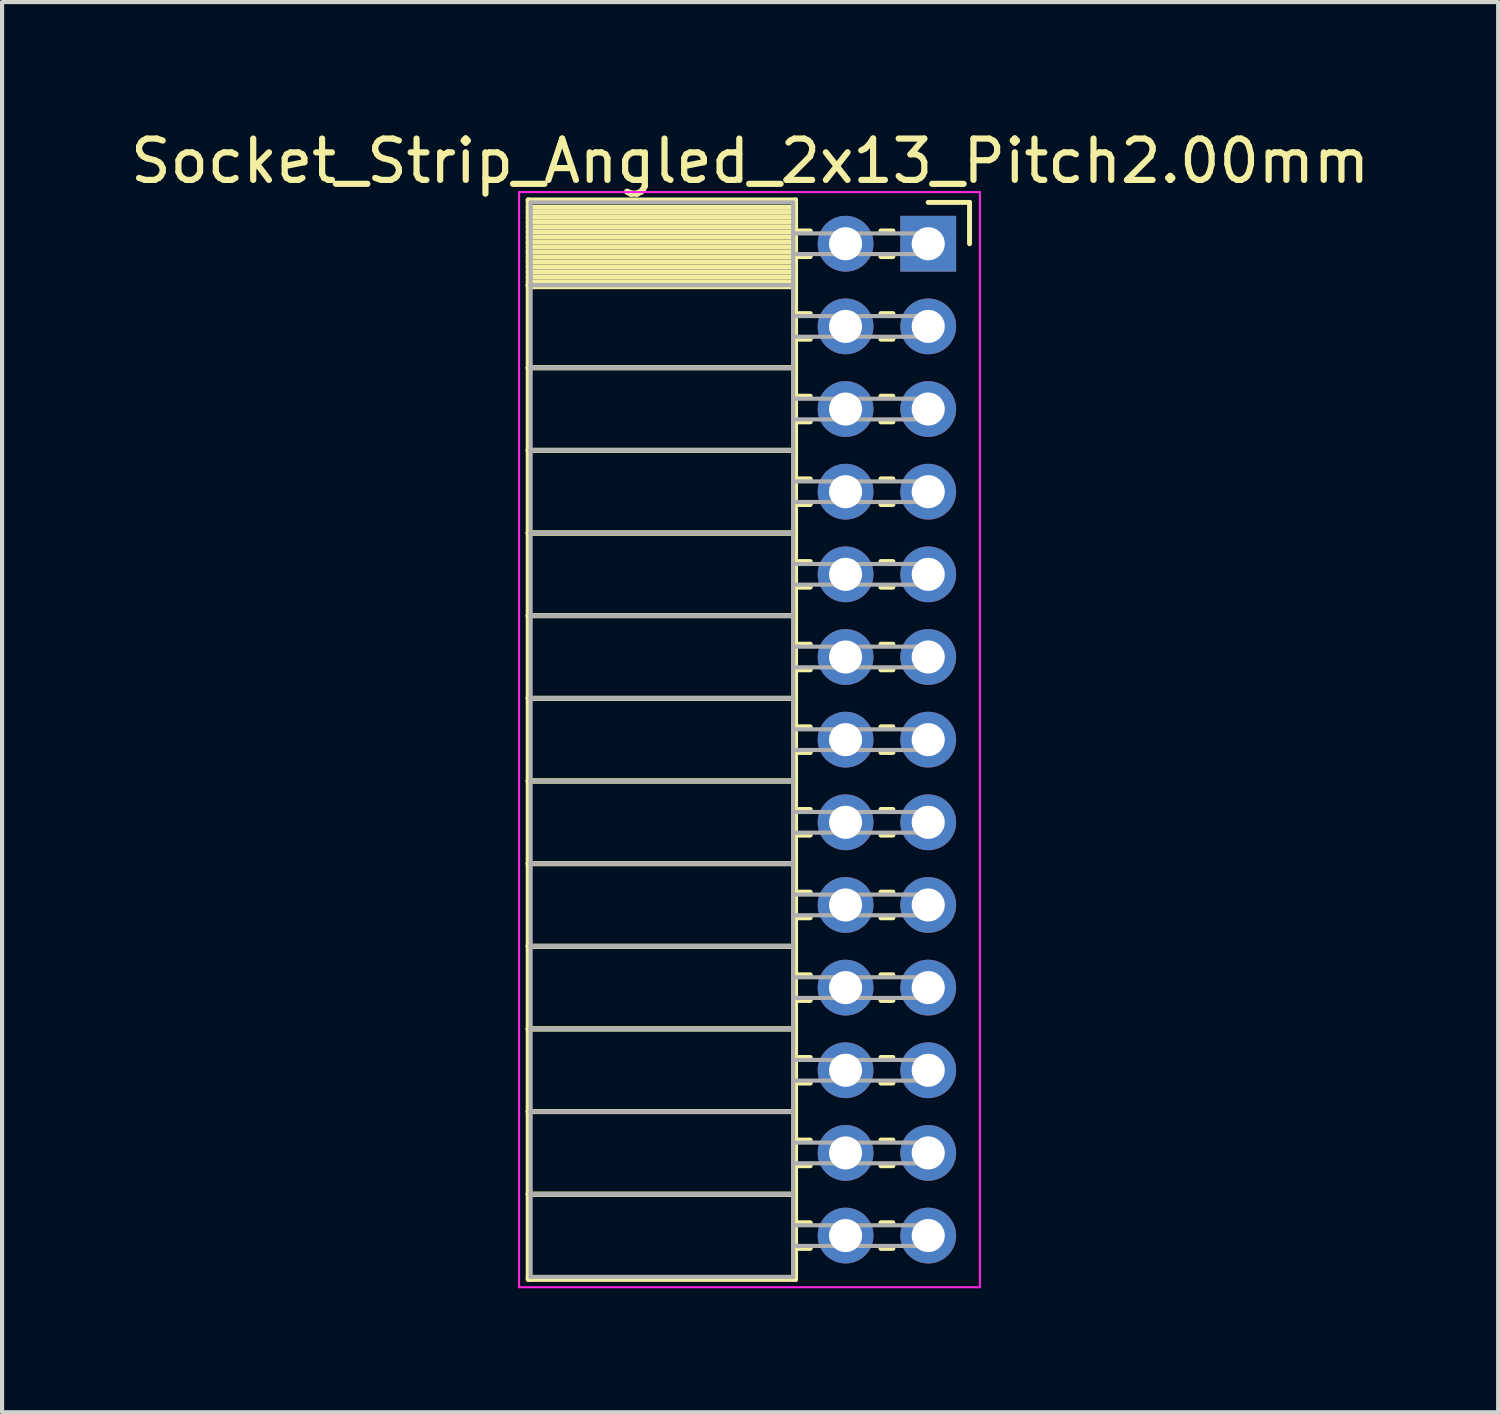
<source format=kicad_pcb>
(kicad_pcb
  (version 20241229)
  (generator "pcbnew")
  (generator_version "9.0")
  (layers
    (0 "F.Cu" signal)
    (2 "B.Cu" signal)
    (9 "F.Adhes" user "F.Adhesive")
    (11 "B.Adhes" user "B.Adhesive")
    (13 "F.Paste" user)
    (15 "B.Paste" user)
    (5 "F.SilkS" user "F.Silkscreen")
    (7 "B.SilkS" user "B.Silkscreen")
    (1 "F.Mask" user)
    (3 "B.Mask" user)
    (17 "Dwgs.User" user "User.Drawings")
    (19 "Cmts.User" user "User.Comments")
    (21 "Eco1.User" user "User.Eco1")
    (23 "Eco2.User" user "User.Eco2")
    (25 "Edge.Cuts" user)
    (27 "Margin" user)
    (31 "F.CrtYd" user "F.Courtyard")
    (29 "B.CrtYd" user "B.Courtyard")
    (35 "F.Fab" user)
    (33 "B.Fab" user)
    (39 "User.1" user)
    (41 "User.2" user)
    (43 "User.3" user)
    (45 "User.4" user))
  (footprint "Socket_Strip_Angled_2x13_Pitch2.00mm"
    (layer "F.Cu")
    (at 19.411 2.848)
    (property "Reference" "Socket_Strip_Angled_2x13_Pitch2.00mm" (at -4.31 -2 0) (layer "F.SilkS") (effects (font (size 1 1) (thickness 0.15))))
    (attr through_hole)
    (fp_line (start -9.68 -1.06) (end -3.21 -1.06) (stroke (width 0.12) (type solid)) (layer "F.SilkS"))
    (fp_line (start -9.68 1) (end -9.68 -1.06) (stroke (width 0.12) (type solid)) (layer "F.SilkS"))
    (fp_line (start -9.68 1) (end -3.21 1) (stroke (width 0.12) (type solid)) (layer "F.SilkS"))
    (fp_line (start -9.68 3) (end -9.68 1) (stroke (width 0.12) (type solid)) (layer "F.SilkS"))
    (fp_line (start -9.68 3) (end -3.21 3) (stroke (width 0.12) (type solid)) (layer "F.SilkS"))
    (fp_line (start -9.68 5) (end -9.68 3) (stroke (width 0.12) (type solid)) (layer "F.SilkS"))
    (fp_line (start -9.68 5) (end -3.21 5) (stroke (width 0.12) (type solid)) (layer "F.SilkS"))
    (fp_line (start -9.68 7) (end -9.68 5) (stroke (width 0.12) (type solid)) (layer "F.SilkS"))
    (fp_line (start -9.68 7) (end -3.21 7) (stroke (width 0.12) (type solid)) (layer "F.SilkS"))
    (fp_line (start -9.68 9) (end -9.68 7) (stroke (width 0.12) (type solid)) (layer "F.SilkS"))
    (fp_line (start -9.68 9) (end -3.21 9) (stroke (width 0.12) (type solid)) (layer "F.SilkS"))
    (fp_line (start -9.68 11) (end -9.68 9) (stroke (width 0.12) (type solid)) (layer "F.SilkS"))
    (fp_line (start -9.68 11) (end -3.21 11) (stroke (width 0.12) (type solid)) (layer "F.SilkS"))
    (fp_line (start -9.68 13) (end -9.68 11) (stroke (width 0.12) (type solid)) (layer "F.SilkS"))
    (fp_line (start -9.68 13) (end -3.21 13) (stroke (width 0.12) (type solid)) (layer "F.SilkS"))
    (fp_line (start -9.68 15) (end -9.68 13) (stroke (width 0.12) (type solid)) (layer "F.SilkS"))
    (fp_line (start -9.68 15) (end -3.21 15) (stroke (width 0.12) (type solid)) (layer "F.SilkS"))
    (fp_line (start -9.68 17) (end -9.68 15) (stroke (width 0.12) (type solid)) (layer "F.SilkS"))
    (fp_line (start -9.68 17) (end -3.21 17) (stroke (width 0.12) (type solid)) (layer "F.SilkS"))
    (fp_line (start -9.68 19) (end -9.68 17) (stroke (width 0.12) (type solid)) (layer "F.SilkS"))
    (fp_line (start -9.68 19) (end -3.21 19) (stroke (width 0.12) (type solid)) (layer "F.SilkS"))
    (fp_line (start -9.68 21) (end -9.68 19) (stroke (width 0.12) (type solid)) (layer "F.SilkS"))
    (fp_line (start -9.68 21) (end -3.21 21) (stroke (width 0.12) (type solid)) (layer "F.SilkS"))
    (fp_line (start -9.68 23) (end -9.68 21) (stroke (width 0.12) (type solid)) (layer "F.SilkS"))
    (fp_line (start -9.68 23) (end -3.21 23) (stroke (width 0.12) (type solid)) (layer "F.SilkS"))
    (fp_line (start -9.68 25.06) (end -9.68 23) (stroke (width 0.12) (type solid)) (layer "F.SilkS"))
    (fp_line (start -3.21 -1.06) (end -3.21 1) (stroke (width 0.12) (type solid)) (layer "F.SilkS"))
    (fp_line (start -3.21 -0.88) (end -9.68 -0.88) (stroke (width 0.12) (type solid)) (layer "F.SilkS"))
    (fp_line (start -3.21 -0.76) (end -9.68 -0.76) (stroke (width 0.12) (type solid)) (layer "F.SilkS"))
    (fp_line (start -3.21 -0.64) (end -9.68 -0.64) (stroke (width 0.12) (type solid)) (layer "F.SilkS"))
    (fp_line (start -3.21 -0.52) (end -9.68 -0.52) (stroke (width 0.12) (type solid)) (layer "F.SilkS"))
    (fp_line (start -3.21 -0.4) (end -9.68 -0.4) (stroke (width 0.12) (type solid)) (layer "F.SilkS"))
    (fp_line (start -3.21 -0.28) (end -9.68 -0.28) (stroke (width 0.12) (type solid)) (layer "F.SilkS"))
    (fp_line (start -3.21 -0.16) (end -9.68 -0.16) (stroke (width 0.12) (type solid)) (layer "F.SilkS"))
    (fp_line (start -3.21 -0.04) (end -9.68 -0.04) (stroke (width 0.12) (type solid)) (layer "F.SilkS"))
    (fp_line (start -3.21 0.08) (end -9.68 0.08) (stroke (width 0.12) (type solid)) (layer "F.SilkS"))
    (fp_line (start -3.21 0.2) (end -9.68 0.2) (stroke (width 0.12) (type solid)) (layer "F.SilkS"))
    (fp_line (start -3.21 0.32) (end -9.68 0.32) (stroke (width 0.12) (type solid)) (layer "F.SilkS"))
    (fp_line (start -3.21 0.44) (end -9.68 0.44) (stroke (width 0.12) (type solid)) (layer "F.SilkS"))
    (fp_line (start -3.21 0.56) (end -9.68 0.56) (stroke (width 0.12) (type solid)) (layer "F.SilkS"))
    (fp_line (start -3.21 0.68) (end -9.68 0.68) (stroke (width 0.12) (type solid)) (layer "F.SilkS"))
    (fp_line (start -3.21 0.8) (end -9.68 0.8) (stroke (width 0.12) (type solid)) (layer "F.SilkS"))
    (fp_line (start -3.21 0.92) (end -9.68 0.92) (stroke (width 0.12) (type solid)) (layer "F.SilkS"))
    (fp_line (start -3.21 1) (end -9.68 1) (stroke (width 0.12) (type solid)) (layer "F.SilkS"))
    (fp_line (start -3.21 1) (end -3.21 3) (stroke (width 0.12) (type solid)) (layer "F.SilkS"))
    (fp_line (start -3.21 1.04) (end -9.68 1.04) (stroke (width 0.12) (type solid)) (layer "F.SilkS"))
    (fp_line (start -3.21 3) (end -9.68 3) (stroke (width 0.12) (type solid)) (layer "F.SilkS"))
    (fp_line (start -3.21 3) (end -3.21 5) (stroke (width 0.12) (type solid)) (layer "F.SilkS"))
    (fp_line (start -3.21 5) (end -9.68 5) (stroke (width 0.12) (type solid)) (layer "F.SilkS"))
    (fp_line (start -3.21 5) (end -3.21 7) (stroke (width 0.12) (type solid)) (layer "F.SilkS"))
    (fp_line (start -3.21 7) (end -9.68 7) (stroke (width 0.12) (type solid)) (layer "F.SilkS"))
    (fp_line (start -3.21 7) (end -3.21 9) (stroke (width 0.12) (type solid)) (layer "F.SilkS"))
    (fp_line (start -3.21 9) (end -9.68 9) (stroke (width 0.12) (type solid)) (layer "F.SilkS"))
    (fp_line (start -3.21 9) (end -3.21 11) (stroke (width 0.12) (type solid)) (layer "F.SilkS"))
    (fp_line (start -3.21 11) (end -9.68 11) (stroke (width 0.12) (type solid)) (layer "F.SilkS"))
    (fp_line (start -3.21 11) (end -3.21 13) (stroke (width 0.12) (type solid)) (layer "F.SilkS"))
    (fp_line (start -3.21 13) (end -9.68 13) (stroke (width 0.12) (type solid)) (layer "F.SilkS"))
    (fp_line (start -3.21 13) (end -3.21 15) (stroke (width 0.12) (type solid)) (layer "F.SilkS"))
    (fp_line (start -3.21 15) (end -9.68 15) (stroke (width 0.12) (type solid)) (layer "F.SilkS"))
    (fp_line (start -3.21 15) (end -3.21 17) (stroke (width 0.12) (type solid)) (layer "F.SilkS"))
    (fp_line (start -3.21 17) (end -9.68 17) (stroke (width 0.12) (type solid)) (layer "F.SilkS"))
    (fp_line (start -3.21 17) (end -3.21 19) (stroke (width 0.12) (type solid)) (layer "F.SilkS"))
    (fp_line (start -3.21 19) (end -9.68 19) (stroke (width 0.12) (type solid)) (layer "F.SilkS"))
    (fp_line (start -3.21 19) (end -3.21 21) (stroke (width 0.12) (type solid)) (layer "F.SilkS"))
    (fp_line (start -3.21 21) (end -9.68 21) (stroke (width 0.12) (type solid)) (layer "F.SilkS"))
    (fp_line (start -3.21 21) (end -3.21 23) (stroke (width 0.12) (type solid)) (layer "F.SilkS"))
    (fp_line (start -3.21 23) (end -9.68 23) (stroke (width 0.12) (type solid)) (layer "F.SilkS"))
    (fp_line (start -3.21 23) (end -3.21 25.06) (stroke (width 0.12) (type solid)) (layer "F.SilkS"))
    (fp_line (start -3.21 25.06) (end -9.68 25.06) (stroke (width 0.12) (type solid)) (layer "F.SilkS"))
    (fp_line (start -2.855 -0.31) (end -3.21 -0.31) (stroke (width 0.12) (type solid)) (layer "F.SilkS"))
    (fp_line (start -2.855 0.31) (end -3.21 0.31) (stroke (width 0.12) (type solid)) (layer "F.SilkS"))
    (fp_line (start -2.855 1.69) (end -3.21 1.69) (stroke (width 0.12) (type solid)) (layer "F.SilkS"))
    (fp_line (start -2.855 2.31) (end -3.21 2.31) (stroke (width 0.12) (type solid)) (layer "F.SilkS"))
    (fp_line (start -2.855 3.69) (end -3.21 3.69) (stroke (width 0.12) (type solid)) (layer "F.SilkS"))
    (fp_line (start -2.855 4.31) (end -3.21 4.31) (stroke (width 0.12) (type solid)) (layer "F.SilkS"))
    (fp_line (start -2.855 5.69) (end -3.21 5.69) (stroke (width 0.12) (type solid)) (layer "F.SilkS"))
    (fp_line (start -2.855 6.31) (end -3.21 6.31) (stroke (width 0.12) (type solid)) (layer "F.SilkS"))
    (fp_line (start -2.855 7.69) (end -3.21 7.69) (stroke (width 0.12) (type solid)) (layer "F.SilkS"))
    (fp_line (start -2.855 8.31) (end -3.21 8.31) (stroke (width 0.12) (type solid)) (layer "F.SilkS"))
    (fp_line (start -2.855 9.69) (end -3.21 9.69) (stroke (width 0.12) (type solid)) (layer "F.SilkS"))
    (fp_line (start -2.855 10.31) (end -3.21 10.31) (stroke (width 0.12) (type solid)) (layer "F.SilkS"))
    (fp_line (start -2.855 11.69) (end -3.21 11.69) (stroke (width 0.12) (type solid)) (layer "F.SilkS"))
    (fp_line (start -2.855 12.31) (end -3.21 12.31) (stroke (width 0.12) (type solid)) (layer "F.SilkS"))
    (fp_line (start -2.855 13.69) (end -3.21 13.69) (stroke (width 0.12) (type solid)) (layer "F.SilkS"))
    (fp_line (start -2.855 14.31) (end -3.21 14.31) (stroke (width 0.12) (type solid)) (layer "F.SilkS"))
    (fp_line (start -2.855 15.69) (end -3.21 15.69) (stroke (width 0.12) (type solid)) (layer "F.SilkS"))
    (fp_line (start -2.855 16.31) (end -3.21 16.31) (stroke (width 0.12) (type solid)) (layer "F.SilkS"))
    (fp_line (start -2.855 17.69) (end -3.21 17.69) (stroke (width 0.12) (type solid)) (layer "F.SilkS"))
    (fp_line (start -2.855 18.31) (end -3.21 18.31) (stroke (width 0.12) (type solid)) (layer "F.SilkS"))
    (fp_line (start -2.855 19.69) (end -3.21 19.69) (stroke (width 0.12) (type solid)) (layer "F.SilkS"))
    (fp_line (start -2.855 20.31) (end -3.21 20.31) (stroke (width 0.12) (type solid)) (layer "F.SilkS"))
    (fp_line (start -2.855 21.69) (end -3.21 21.69) (stroke (width 0.12) (type solid)) (layer "F.SilkS"))
    (fp_line (start -2.855 22.31) (end -3.21 22.31) (stroke (width 0.12) (type solid)) (layer "F.SilkS"))
    (fp_line (start -2.855 23.69) (end -3.21 23.69) (stroke (width 0.12) (type solid)) (layer "F.SilkS"))
    (fp_line (start -2.855 24.31) (end -3.21 24.31) (stroke (width 0.12) (type solid)) (layer "F.SilkS"))
    (fp_line (start -0.855 -0.31) (end -1.145 -0.31) (stroke (width 0.12) (type solid)) (layer "F.SilkS"))
    (fp_line (start -0.855 0.31) (end -1.145 0.31) (stroke (width 0.12) (type solid)) (layer "F.SilkS"))
    (fp_line (start -0.855 1.69) (end -1.145 1.69) (stroke (width 0.12) (type solid)) (layer "F.SilkS"))
    (fp_line (start -0.855 2.31) (end -1.145 2.31) (stroke (width 0.12) (type solid)) (layer "F.SilkS"))
    (fp_line (start -0.855 3.69) (end -1.145 3.69) (stroke (width 0.12) (type solid)) (layer "F.SilkS"))
    (fp_line (start -0.855 4.31) (end -1.145 4.31) (stroke (width 0.12) (type solid)) (layer "F.SilkS"))
    (fp_line (start -0.855 5.69) (end -1.145 5.69) (stroke (width 0.12) (type solid)) (layer "F.SilkS"))
    (fp_line (start -0.855 6.31) (end -1.145 6.31) (stroke (width 0.12) (type solid)) (layer "F.SilkS"))
    (fp_line (start -0.855 7.69) (end -1.145 7.69) (stroke (width 0.12) (type solid)) (layer "F.SilkS"))
    (fp_line (start -0.855 8.31) (end -1.145 8.31) (stroke (width 0.12) (type solid)) (layer "F.SilkS"))
    (fp_line (start -0.855 9.69) (end -1.145 9.69) (stroke (width 0.12) (type solid)) (layer "F.SilkS"))
    (fp_line (start -0.855 10.31) (end -1.145 10.31) (stroke (width 0.12) (type solid)) (layer "F.SilkS"))
    (fp_line (start -0.855 11.69) (end -1.145 11.69) (stroke (width 0.12) (type solid)) (layer "F.SilkS"))
    (fp_line (start -0.855 12.31) (end -1.145 12.31) (stroke (width 0.12) (type solid)) (layer "F.SilkS"))
    (fp_line (start -0.855 13.69) (end -1.145 13.69) (stroke (width 0.12) (type solid)) (layer "F.SilkS"))
    (fp_line (start -0.855 14.31) (end -1.145 14.31) (stroke (width 0.12) (type solid)) (layer "F.SilkS"))
    (fp_line (start -0.855 15.69) (end -1.145 15.69) (stroke (width 0.12) (type solid)) (layer "F.SilkS"))
    (fp_line (start -0.855 16.31) (end -1.145 16.31) (stroke (width 0.12) (type solid)) (layer "F.SilkS"))
    (fp_line (start -0.855 17.69) (end -1.145 17.69) (stroke (width 0.12) (type solid)) (layer "F.SilkS"))
    (fp_line (start -0.855 18.31) (end -1.145 18.31) (stroke (width 0.12) (type solid)) (layer "F.SilkS"))
    (fp_line (start -0.855 19.69) (end -1.145 19.69) (stroke (width 0.12) (type solid)) (layer "F.SilkS"))
    (fp_line (start -0.855 20.31) (end -1.145 20.31) (stroke (width 0.12) (type solid)) (layer "F.SilkS"))
    (fp_line (start -0.855 21.69) (end -1.145 21.69) (stroke (width 0.12) (type solid)) (layer "F.SilkS"))
    (fp_line (start -0.855 22.31) (end -1.145 22.31) (stroke (width 0.12) (type solid)) (layer "F.SilkS"))
    (fp_line (start -0.855 23.69) (end -1.145 23.69) (stroke (width 0.12) (type solid)) (layer "F.SilkS"))
    (fp_line (start -0.855 24.31) (end -1.145 24.31) (stroke (width 0.12) (type solid)) (layer "F.SilkS"))
    (fp_line (start 0 -1) (end 1 -1) (stroke (width 0.12) (type solid)) (layer "F.SilkS"))
    (fp_line (start 1 -1) (end 1 0) (stroke (width 0.12) (type solid)) (layer "F.SilkS"))
    (fp_line (start -9.9 -1.25) (end 1.25 -1.25) (stroke (width 0.05) (type solid)) (layer "F.CrtYd"))
    (fp_line (start -9.9 25.25) (end -9.9 -1.25) (stroke (width 0.05) (type solid)) (layer "F.CrtYd"))
    (fp_line (start 1.25 -1.25) (end 1.25 25.25) (stroke (width 0.05) (type solid)) (layer "F.CrtYd"))
    (fp_line (start 1.25 25.25) (end -9.9 25.25) (stroke (width 0.05) (type solid)) (layer "F.CrtYd"))
    (fp_line (start -9.62 -1) (end -3.27 -1) (stroke (width 0.1) (type solid)) (layer "F.Fab"))
    (fp_line (start -9.62 1) (end -9.62 -1) (stroke (width 0.1) (type solid)) (layer "F.Fab"))
    (fp_line (start -9.62 1) (end -3.27 1) (stroke (width 0.1) (type solid)) (layer "F.Fab"))
    (fp_line (start -9.62 3) (end -9.62 1) (stroke (width 0.1) (type solid)) (layer "F.Fab"))
    (fp_line (start -9.62 3) (end -3.27 3) (stroke (width 0.1) (type solid)) (layer "F.Fab"))
    (fp_line (start -9.62 5) (end -9.62 3) (stroke (width 0.1) (type solid)) (layer "F.Fab"))
    (fp_line (start -9.62 5) (end -3.27 5) (stroke (width 0.1) (type solid)) (layer "F.Fab"))
    (fp_line (start -9.62 7) (end -9.62 5) (stroke (width 0.1) (type solid)) (layer "F.Fab"))
    (fp_line (start -9.62 7) (end -3.27 7) (stroke (width 0.1) (type solid)) (layer "F.Fab"))
    (fp_line (start -9.62 9) (end -9.62 7) (stroke (width 0.1) (type solid)) (layer "F.Fab"))
    (fp_line (start -9.62 9) (end -3.27 9) (stroke (width 0.1) (type solid)) (layer "F.Fab"))
    (fp_line (start -9.62 11) (end -9.62 9) (stroke (width 0.1) (type solid)) (layer "F.Fab"))
    (fp_line (start -9.62 11) (end -3.27 11) (stroke (width 0.1) (type solid)) (layer "F.Fab"))
    (fp_line (start -9.62 13) (end -9.62 11) (stroke (width 0.1) (type solid)) (layer "F.Fab"))
    (fp_line (start -9.62 13) (end -3.27 13) (stroke (width 0.1) (type solid)) (layer "F.Fab"))
    (fp_line (start -9.62 15) (end -9.62 13) (stroke (width 0.1) (type solid)) (layer "F.Fab"))
    (fp_line (start -9.62 15) (end -3.27 15) (stroke (width 0.1) (type solid)) (layer "F.Fab"))
    (fp_line (start -9.62 17) (end -9.62 15) (stroke (width 0.1) (type solid)) (layer "F.Fab"))
    (fp_line (start -9.62 17) (end -3.27 17) (stroke (width 0.1) (type solid)) (layer "F.Fab"))
    (fp_line (start -9.62 19) (end -9.62 17) (stroke (width 0.1) (type solid)) (layer "F.Fab"))
    (fp_line (start -9.62 19) (end -3.27 19) (stroke (width 0.1) (type solid)) (layer "F.Fab"))
    (fp_line (start -9.62 21) (end -9.62 19) (stroke (width 0.1) (type solid)) (layer "F.Fab"))
    (fp_line (start -9.62 21) (end -3.27 21) (stroke (width 0.1) (type solid)) (layer "F.Fab"))
    (fp_line (start -9.62 23) (end -9.62 21) (stroke (width 0.1) (type solid)) (layer "F.Fab"))
    (fp_line (start -9.62 23) (end -3.27 23) (stroke (width 0.1) (type solid)) (layer "F.Fab"))
    (fp_line (start -9.62 25) (end -9.62 23) (stroke (width 0.1) (type solid)) (layer "F.Fab"))
    (fp_line (start -3.27 -1) (end -3.27 1) (stroke (width 0.1) (type solid)) (layer "F.Fab"))
    (fp_line (start -3.27 -0.25) (end 0 -0.25) (stroke (width 0.1) (type solid)) (layer "F.Fab"))
    (fp_line (start -3.27 0.25) (end -3.27 -0.25) (stroke (width 0.1) (type solid)) (layer "F.Fab"))
    (fp_line (start -3.27 1) (end -9.62 1) (stroke (width 0.1) (type solid)) (layer "F.Fab"))
    (fp_line (start -3.27 1) (end -3.27 3) (stroke (width 0.1) (type solid)) (layer "F.Fab"))
    (fp_line (start -3.27 1.75) (end 0 1.75) (stroke (width 0.1) (type solid)) (layer "F.Fab"))
    (fp_line (start -3.27 2.25) (end -3.27 1.75) (stroke (width 0.1) (type solid)) (layer "F.Fab"))
    (fp_line (start -3.27 3) (end -9.62 3) (stroke (width 0.1) (type solid)) (layer "F.Fab"))
    (fp_line (start -3.27 3) (end -3.27 5) (stroke (width 0.1) (type solid)) (layer "F.Fab"))
    (fp_line (start -3.27 3.75) (end 0 3.75) (stroke (width 0.1) (type solid)) (layer "F.Fab"))
    (fp_line (start -3.27 4.25) (end -3.27 3.75) (stroke (width 0.1) (type solid)) (layer "F.Fab"))
    (fp_line (start -3.27 5) (end -9.62 5) (stroke (width 0.1) (type solid)) (layer "F.Fab"))
    (fp_line (start -3.27 5) (end -3.27 7) (stroke (width 0.1) (type solid)) (layer "F.Fab"))
    (fp_line (start -3.27 5.75) (end 0 5.75) (stroke (width 0.1) (type solid)) (layer "F.Fab"))
    (fp_line (start -3.27 6.25) (end -3.27 5.75) (stroke (width 0.1) (type solid)) (layer "F.Fab"))
    (fp_line (start -3.27 7) (end -9.62 7) (stroke (width 0.1) (type solid)) (layer "F.Fab"))
    (fp_line (start -3.27 7) (end -3.27 9) (stroke (width 0.1) (type solid)) (layer "F.Fab"))
    (fp_line (start -3.27 7.75) (end 0 7.75) (stroke (width 0.1) (type solid)) (layer "F.Fab"))
    (fp_line (start -3.27 8.25) (end -3.27 7.75) (stroke (width 0.1) (type solid)) (layer "F.Fab"))
    (fp_line (start -3.27 9) (end -9.62 9) (stroke (width 0.1) (type solid)) (layer "F.Fab"))
    (fp_line (start -3.27 9) (end -3.27 11) (stroke (width 0.1) (type solid)) (layer "F.Fab"))
    (fp_line (start -3.27 9.75) (end 0 9.75) (stroke (width 0.1) (type solid)) (layer "F.Fab"))
    (fp_line (start -3.27 10.25) (end -3.27 9.75) (stroke (width 0.1) (type solid)) (layer "F.Fab"))
    (fp_line (start -3.27 11) (end -9.62 11) (stroke (width 0.1) (type solid)) (layer "F.Fab"))
    (fp_line (start -3.27 11) (end -3.27 13) (stroke (width 0.1) (type solid)) (layer "F.Fab"))
    (fp_line (start -3.27 11.75) (end 0 11.75) (stroke (width 0.1) (type solid)) (layer "F.Fab"))
    (fp_line (start -3.27 12.25) (end -3.27 11.75) (stroke (width 0.1) (type solid)) (layer "F.Fab"))
    (fp_line (start -3.27 13) (end -9.62 13) (stroke (width 0.1) (type solid)) (layer "F.Fab"))
    (fp_line (start -3.27 13) (end -3.27 15) (stroke (width 0.1) (type solid)) (layer "F.Fab"))
    (fp_line (start -3.27 13.75) (end 0 13.75) (stroke (width 0.1) (type solid)) (layer "F.Fab"))
    (fp_line (start -3.27 14.25) (end -3.27 13.75) (stroke (width 0.1) (type solid)) (layer "F.Fab"))
    (fp_line (start -3.27 15) (end -9.62 15) (stroke (width 0.1) (type solid)) (layer "F.Fab"))
    (fp_line (start -3.27 15) (end -3.27 17) (stroke (width 0.1) (type solid)) (layer "F.Fab"))
    (fp_line (start -3.27 15.75) (end 0 15.75) (stroke (width 0.1) (type solid)) (layer "F.Fab"))
    (fp_line (start -3.27 16.25) (end -3.27 15.75) (stroke (width 0.1) (type solid)) (layer "F.Fab"))
    (fp_line (start -3.27 17) (end -9.62 17) (stroke (width 0.1) (type solid)) (layer "F.Fab"))
    (fp_line (start -3.27 17) (end -3.27 19) (stroke (width 0.1) (type solid)) (layer "F.Fab"))
    (fp_line (start -3.27 17.75) (end 0 17.75) (stroke (width 0.1) (type solid)) (layer "F.Fab"))
    (fp_line (start -3.27 18.25) (end -3.27 17.75) (stroke (width 0.1) (type solid)) (layer "F.Fab"))
    (fp_line (start -3.27 19) (end -9.62 19) (stroke (width 0.1) (type solid)) (layer "F.Fab"))
    (fp_line (start -3.27 19) (end -3.27 21) (stroke (width 0.1) (type solid)) (layer "F.Fab"))
    (fp_line (start -3.27 19.75) (end 0 19.75) (stroke (width 0.1) (type solid)) (layer "F.Fab"))
    (fp_line (start -3.27 20.25) (end -3.27 19.75) (stroke (width 0.1) (type solid)) (layer "F.Fab"))
    (fp_line (start -3.27 21) (end -9.62 21) (stroke (width 0.1) (type solid)) (layer "F.Fab"))
    (fp_line (start -3.27 21) (end -3.27 23) (stroke (width 0.1) (type solid)) (layer "F.Fab"))
    (fp_line (start -3.27 21.75) (end 0 21.75) (stroke (width 0.1) (type solid)) (layer "F.Fab"))
    (fp_line (start -3.27 22.25) (end -3.27 21.75) (stroke (width 0.1) (type solid)) (layer "F.Fab"))
    (fp_line (start -3.27 23) (end -9.62 23) (stroke (width 0.1) (type solid)) (layer "F.Fab"))
    (fp_line (start -3.27 23) (end -3.27 25) (stroke (width 0.1) (type solid)) (layer "F.Fab"))
    (fp_line (start -3.27 23.75) (end 0 23.75) (stroke (width 0.1) (type solid)) (layer "F.Fab"))
    (fp_line (start -3.27 24.25) (end -3.27 23.75) (stroke (width 0.1) (type solid)) (layer "F.Fab"))
    (fp_line (start -3.27 25) (end -9.62 25) (stroke (width 0.1) (type solid)) (layer "F.Fab"))
    (fp_line (start 0 -0.25) (end 0 0.25) (stroke (width 0.1) (type solid)) (layer "F.Fab"))
    (fp_line (start 0 0.25) (end -3.27 0.25) (stroke (width 0.1) (type solid)) (layer "F.Fab"))
    (fp_line (start 0 1.75) (end 0 2.25) (stroke (width 0.1) (type solid)) (layer "F.Fab"))
    (fp_line (start 0 2.25) (end -3.27 2.25) (stroke (width 0.1) (type solid)) (layer "F.Fab"))
    (fp_line (start 0 3.75) (end 0 4.25) (stroke (width 0.1) (type solid)) (layer "F.Fab"))
    (fp_line (start 0 4.25) (end -3.27 4.25) (stroke (width 0.1) (type solid)) (layer "F.Fab"))
    (fp_line (start 0 5.75) (end 0 6.25) (stroke (width 0.1) (type solid)) (layer "F.Fab"))
    (fp_line (start 0 6.25) (end -3.27 6.25) (stroke (width 0.1) (type solid)) (layer "F.Fab"))
    (fp_line (start 0 7.75) (end 0 8.25) (stroke (width 0.1) (type solid)) (layer "F.Fab"))
    (fp_line (start 0 8.25) (end -3.27 8.25) (stroke (width 0.1) (type solid)) (layer "F.Fab"))
    (fp_line (start 0 9.75) (end 0 10.25) (stroke (width 0.1) (type solid)) (layer "F.Fab"))
    (fp_line (start 0 10.25) (end -3.27 10.25) (stroke (width 0.1) (type solid)) (layer "F.Fab"))
    (fp_line (start 0 11.75) (end 0 12.25) (stroke (width 0.1) (type solid)) (layer "F.Fab"))
    (fp_line (start 0 12.25) (end -3.27 12.25) (stroke (width 0.1) (type solid)) (layer "F.Fab"))
    (fp_line (start 0 13.75) (end 0 14.25) (stroke (width 0.1) (type solid)) (layer "F.Fab"))
    (fp_line (start 0 14.25) (end -3.27 14.25) (stroke (width 0.1) (type solid)) (layer "F.Fab"))
    (fp_line (start 0 15.75) (end 0 16.25) (stroke (width 0.1) (type solid)) (layer "F.Fab"))
    (fp_line (start 0 16.25) (end -3.27 16.25) (stroke (width 0.1) (type solid)) (layer "F.Fab"))
    (fp_line (start 0 17.75) (end 0 18.25) (stroke (width 0.1) (type solid)) (layer "F.Fab"))
    (fp_line (start 0 18.25) (end -3.27 18.25) (stroke (width 0.1) (type solid)) (layer "F.Fab"))
    (fp_line (start 0 19.75) (end 0 20.25) (stroke (width 0.1) (type solid)) (layer "F.Fab"))
    (fp_line (start 0 20.25) (end -3.27 20.25) (stroke (width 0.1) (type solid)) (layer "F.Fab"))
    (fp_line (start 0 21.75) (end 0 22.25) (stroke (width 0.1) (type solid)) (layer "F.Fab"))
    (fp_line (start 0 22.25) (end -3.27 22.25) (stroke (width 0.1) (type solid)) (layer "F.Fab"))
    (fp_line (start 0 23.75) (end 0 24.25) (stroke (width 0.1) (type solid)) (layer "F.Fab"))
    (fp_line (start 0 24.25) (end -3.27 24.25) (stroke (width 0.1) (type solid)) (layer "F.Fab"))
    (pad "1" thru_hole rect (at 0 0) (size 1.35 1.35) (drill 0.8) (layers "*.Cu" "*.Mask"))
    (pad "2" thru_hole oval (at -2 0) (size 1.35 1.35) (drill 0.8) (layers "*.Cu" "*.Mask"))
    (pad "3" thru_hole oval (at 0 2) (size 1.35 1.35) (drill 0.8) (layers "*.Cu" "*.Mask"))
    (pad "4" thru_hole oval (at -2 2) (size 1.35 1.35) (drill 0.8) (layers "*.Cu" "*.Mask"))
    (pad "5" thru_hole oval (at 0 4) (size 1.35 1.35) (drill 0.8) (layers "*.Cu" "*.Mask"))
    (pad "6" thru_hole oval (at -2 4) (size 1.35 1.35) (drill 0.8) (layers "*.Cu" "*.Mask"))
    (pad "7" thru_hole oval (at 0 6) (size 1.35 1.35) (drill 0.8) (layers "*.Cu" "*.Mask"))
    (pad "8" thru_hole oval (at -2 6) (size 1.35 1.35) (drill 0.8) (layers "*.Cu" "*.Mask"))
    (pad "9" thru_hole oval (at 0 8) (size 1.35 1.35) (drill 0.8) (layers "*.Cu" "*.Mask"))
    (pad "10" thru_hole oval (at -2 8) (size 1.35 1.35) (drill 0.8) (layers "*.Cu" "*.Mask"))
    (pad "11" thru_hole oval (at 0 10) (size 1.35 1.35) (drill 0.8) (layers "*.Cu" "*.Mask"))
    (pad "12" thru_hole oval (at -2 10) (size 1.35 1.35) (drill 0.8) (layers "*.Cu" "*.Mask"))
    (pad "13" thru_hole oval (at 0 12) (size 1.35 1.35) (drill 0.8) (layers "*.Cu" "*.Mask"))
    (pad "14" thru_hole oval (at -2 12) (size 1.35 1.35) (drill 0.8) (layers "*.Cu" "*.Mask"))
    (pad "15" thru_hole oval (at 0 14) (size 1.35 1.35) (drill 0.8) (layers "*.Cu" "*.Mask"))
    (pad "16" thru_hole oval (at -2 14) (size 1.35 1.35) (drill 0.8) (layers "*.Cu" "*.Mask"))
    (pad "17" thru_hole oval (at 0 16) (size 1.35 1.35) (drill 0.8) (layers "*.Cu" "*.Mask"))
    (pad "18" thru_hole oval (at -2 16) (size 1.35 1.35) (drill 0.8) (layers "*.Cu" "*.Mask"))
    (pad "19" thru_hole oval (at 0 18) (size 1.35 1.35) (drill 0.8) (layers "*.Cu" "*.Mask"))
    (pad "20" thru_hole oval (at -2 18) (size 1.35 1.35) (drill 0.8) (layers "*.Cu" "*.Mask"))
    (pad "21" thru_hole oval (at 0 20) (size 1.35 1.35) (drill 0.8) (layers "*.Cu" "*.Mask"))
    (pad "22" thru_hole oval (at -2 20) (size 1.35 1.35) (drill 0.8) (layers "*.Cu" "*.Mask"))
    (pad "23" thru_hole oval (at 0 22) (size 1.35 1.35) (drill 0.8) (layers "*.Cu" "*.Mask"))
    (pad "24" thru_hole oval (at -2 22) (size 1.35 1.35) (drill 0.8) (layers "*.Cu" "*.Mask"))
    (pad "25" thru_hole oval (at 0 24) (size 1.35 1.35) (drill 0.8) (layers "*.Cu" "*.Mask"))
    (pad "26" thru_hole oval (at -2 24) (size 1.35 1.35) (drill 0.8) (layers "*.Cu" "*.Mask")))
  (gr_rect
    (start -3 -3)
    (end 33.202 31.123)
    (stroke (width 0.1) (type default))
    (fill no)
    (layer "Edge.Cuts")))
</source>
